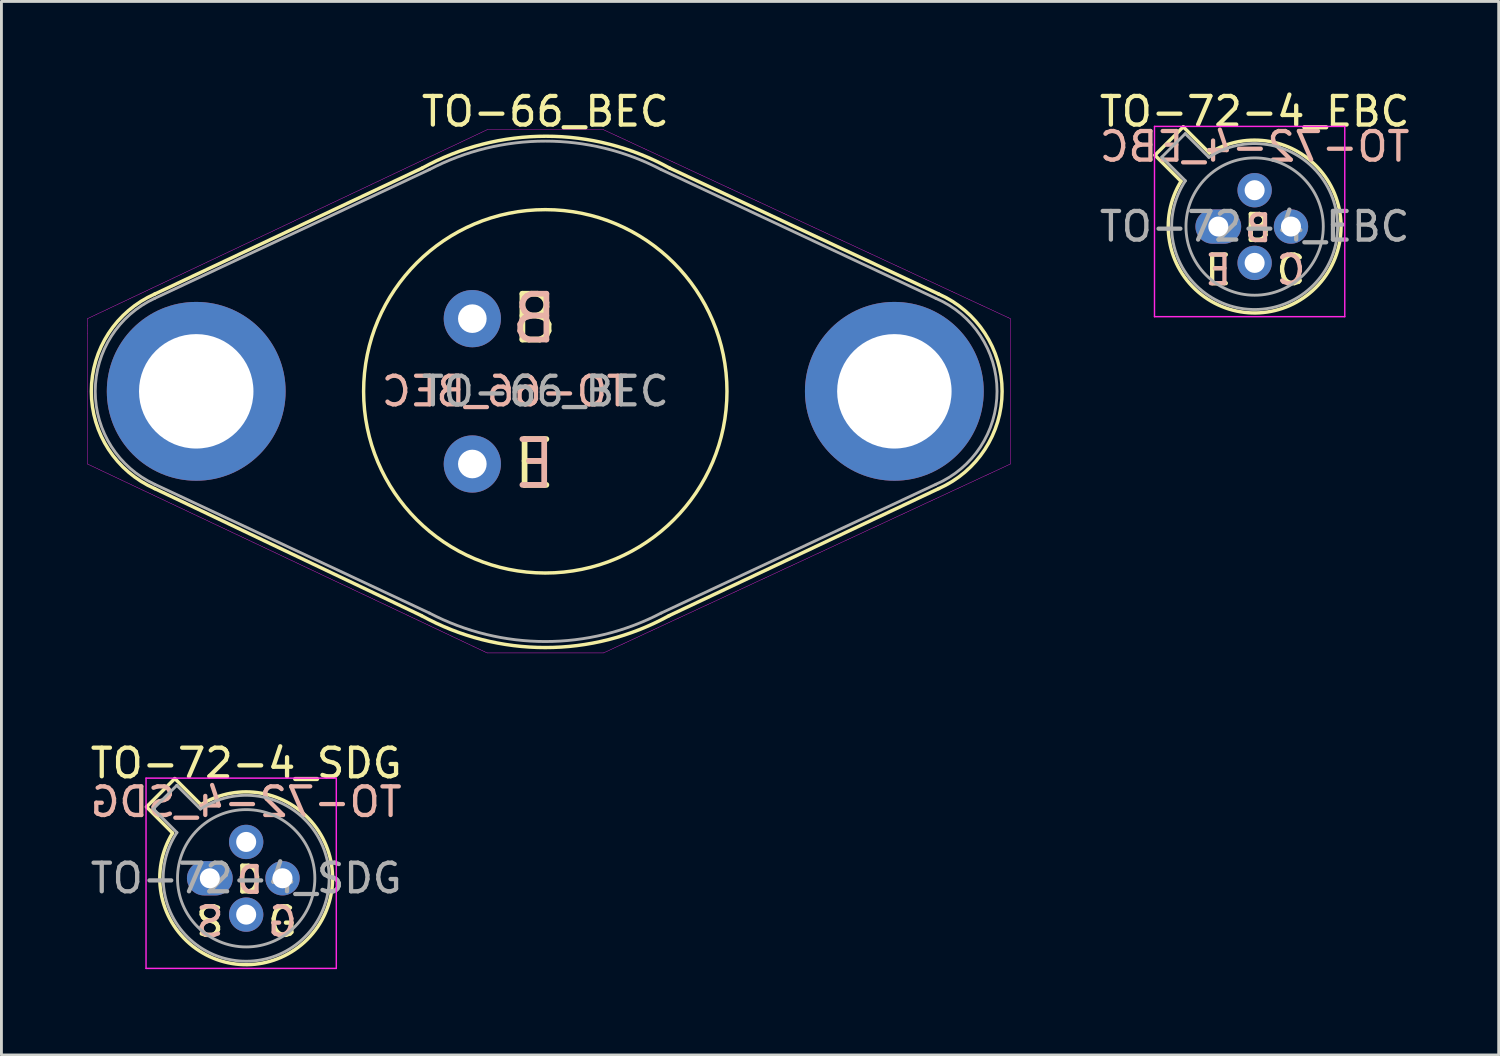
<source format=kicad_pcb>
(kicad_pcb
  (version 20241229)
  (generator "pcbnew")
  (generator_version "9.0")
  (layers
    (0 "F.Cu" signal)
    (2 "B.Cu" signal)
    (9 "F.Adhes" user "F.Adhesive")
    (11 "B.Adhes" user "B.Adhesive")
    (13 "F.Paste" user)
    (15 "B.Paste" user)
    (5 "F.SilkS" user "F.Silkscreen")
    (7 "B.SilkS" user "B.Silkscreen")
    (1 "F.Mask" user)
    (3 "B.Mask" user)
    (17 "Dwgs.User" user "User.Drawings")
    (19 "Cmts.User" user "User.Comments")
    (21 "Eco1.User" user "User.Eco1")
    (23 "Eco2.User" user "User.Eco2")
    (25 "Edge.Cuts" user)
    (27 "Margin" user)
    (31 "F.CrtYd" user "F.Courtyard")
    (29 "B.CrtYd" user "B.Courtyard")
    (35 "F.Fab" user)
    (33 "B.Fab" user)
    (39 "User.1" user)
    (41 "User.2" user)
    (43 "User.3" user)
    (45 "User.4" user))
  (footprint "TO-72-4_SDG"
    (layer "F.Cu")
    (at 4.284 27.646)
    (property "Reference" "TO-72-4_SDG" (at 1.27 -4.02 0) (layer "F.SilkS") (effects (font (size 1 1) (thickness 0.15))))
    (fp_line (start -2.214 -2.494) (end -1.302 -1.582) (stroke (width 0.12) (type solid)) (layer "F.SilkS"))
    (fp_line (start -1.224 -3.484) (end -2.214 -2.494) (stroke (width 0.12) (type solid)) (layer "F.SilkS"))
    (fp_line (start -0.312 -2.572) (end -1.224 -3.484) (stroke (width 0.12) (type solid)) (layer "F.SilkS"))
    (fp_arc (start -0.312331 -2.572281) (mid 3.405374 2.135551) (end -1.30215 -1.582544) (stroke (width 0.12) (type solid)) (layer "F.SilkS"))
    (fp_line (start -2.23 -3.5) (end -2.23 3.15) (stroke (width 0.05) (type solid)) (layer "F.CrtYd"))
    (fp_line (start -2.23 3.15) (end 4.42 3.15) (stroke (width 0.05) (type solid)) (layer "F.CrtYd"))
    (fp_line (start 4.42 -3.5) (end -2.23 -3.5) (stroke (width 0.05) (type solid)) (layer "F.CrtYd"))
    (fp_line (start 4.42 3.15) (end 4.42 -3.5) (stroke (width 0.05) (type solid)) (layer "F.CrtYd"))
    (fp_line (start -1.977 -2.426) (end -1.149 -1.599) (stroke (width 0.1) (type solid)) (layer "F.Fab"))
    (fp_line (start -1.156 -3.247) (end -1.977 -2.426) (stroke (width 0.1) (type solid)) (layer "F.Fab"))
    (fp_line (start -0.329 -2.419) (end -1.156 -3.247) (stroke (width 0.1) (type solid)) (layer "F.Fab"))
    (fp_arc (start -0.329057 -2.419301) (mid 3.321075 2.050145) (end -1.150029 -1.597956) (stroke (width 0.1) (type solid)) (layer "F.Fab"))
    (fp_circle (center 1.27 0) (end 3.67 0) (stroke (width 0.1) (type solid)) (fill no) (layer "F.Fab"))
    (fp_text user "G" (at 2.54 1.524 0) (unlocked yes) (layer "F.SilkS") (effects (font (size 1 1) (thickness 0.15))))
    (fp_text user "D" (at 1.372 0.051 0) (unlocked yes) (layer "F.SilkS") (effects (font (size 0.9 0.9) (thickness 0.15))))
    (fp_text user "S" (at 0 1.524 0) (unlocked yes) (layer "F.SilkS") (effects (font (size 1 1) (thickness 0.15))))
    (fp_text user "D" (at 1.397 0.064 0) (unlocked yes) (layer "B.SilkS") (effects (font (size 0.9 0.9) (thickness 0.15)) (justify mirror)))
    (fp_text user "G" (at 2.54 1.524 0) (unlocked yes) (layer "B.SilkS") (effects (font (size 1 1) (thickness 0.15)) (justify mirror)))
    (fp_text user "S" (at 0 1.524 0) (unlocked yes) (layer "B.SilkS") (effects (font (size 1 1) (thickness 0.15)) (justify mirror)))
    (fp_text user "${REFERENCE}" (at 1.27 -2.667 0) (layer "B.SilkS") (effects (font (size 1 1) (thickness 0.15)) (justify mirror)))
    (fp_text user "${REFERENCE}" (at 1.27 0 0) (layer "F.Fab") (effects (font (size 1 1) (thickness 0.15))))
    (pad "1" thru_hole oval (at 0 0) (size 1.6 1.2) (drill 0.7) (layers "*.Cu" "*.Mask"))
    (pad "2" thru_hole oval (at 1.27 1.27) (size 1.2 1.2) (drill 0.7) (layers "*.Cu" "*.Mask"))
    (pad "3" thru_hole oval (at 2.54 0) (size 1.2 1.2) (drill 0.7) (layers "*.Cu" "*.Mask"))
    (pad "4" thru_hole oval (at 1.27 -1.27) (size 1.2 1.2) (drill 0.7) (layers "*.Cu" "*.Mask")))
  (footprint "TO-72-4_EBC"
    (layer "F.Cu")
    (at 39.53 4.868)
    (property "Reference" "TO-72-4_EBC" (at 1.27 -4.02 0) (layer "F.SilkS") (effects (font (size 1 1) (thickness 0.15))))
    (fp_line (start -2.214 -2.494) (end -1.302 -1.582) (stroke (width 0.12) (type solid)) (layer "F.SilkS"))
    (fp_line (start -1.224 -3.484) (end -2.214 -2.494) (stroke (width 0.12) (type solid)) (layer "F.SilkS"))
    (fp_line (start -0.312 -2.572) (end -1.224 -3.484) (stroke (width 0.12) (type solid)) (layer "F.SilkS"))
    (fp_arc (start -0.312331 -2.572281) (mid 3.405374 2.135551) (end -1.30215 -1.582544) (stroke (width 0.12) (type solid)) (layer "F.SilkS"))
    (fp_line (start -2.23 -3.5) (end -2.23 3.15) (stroke (width 0.05) (type solid)) (layer "F.CrtYd"))
    (fp_line (start -2.23 3.15) (end 4.42 3.15) (stroke (width 0.05) (type solid)) (layer "F.CrtYd"))
    (fp_line (start 4.42 -3.5) (end -2.23 -3.5) (stroke (width 0.05) (type solid)) (layer "F.CrtYd"))
    (fp_line (start 4.42 3.15) (end 4.42 -3.5) (stroke (width 0.05) (type solid)) (layer "F.CrtYd"))
    (fp_line (start -1.977 -2.426) (end -1.149 -1.599) (stroke (width 0.1) (type solid)) (layer "F.Fab"))
    (fp_line (start -1.156 -3.247) (end -1.977 -2.426) (stroke (width 0.1) (type solid)) (layer "F.Fab"))
    (fp_line (start -0.329 -2.419) (end -1.156 -3.247) (stroke (width 0.1) (type solid)) (layer "F.Fab"))
    (fp_arc (start -0.329057 -2.419301) (mid 3.321075 2.050145) (end -1.150029 -1.597956) (stroke (width 0.1) (type solid)) (layer "F.Fab"))
    (fp_circle (center 1.27 0) (end 3.67 0) (stroke (width 0.1) (type solid)) (fill no) (layer "F.Fab"))
    (fp_text user "C" (at 2.54 1.524 0) (unlocked yes) (layer "F.SilkS") (effects (font (size 1 1) (thickness 0.15))))
    (fp_text user "B" (at 1.372 0.051 0) (unlocked yes) (layer "F.SilkS") (effects (font (size 0.9 0.9) (thickness 0.15))))
    (fp_text user "E" (at 0 1.524 0) (unlocked yes) (layer "F.SilkS") (effects (font (size 1 1) (thickness 0.15))))
    (fp_text user "E" (at 0 1.524 0) (unlocked yes) (layer "B.SilkS") (effects (font (size 1 1) (thickness 0.15)) (justify mirror)))
    (fp_text user "${REFERENCE}" (at 1.27 -2.794 0) (layer "B.SilkS") (effects (font (size 1 1) (thickness 0.15)) (justify mirror)))
    (fp_text user "C" (at 2.54 1.524 0) (unlocked yes) (layer "B.SilkS") (effects (font (size 1 1) (thickness 0.15)) (justify mirror)))
    (fp_text user "B" (at 1.397 0.064 0) (unlocked yes) (layer "B.SilkS") (effects (font (size 0.9 0.9) (thickness 0.15)) (justify mirror)))
    (fp_text user "${REFERENCE}" (at 1.27 0 0) (layer "F.Fab") (effects (font (size 1 1) (thickness 0.15))))
    (pad "1" thru_hole oval (at 0 0) (size 1.6 1.2) (drill 0.7) (layers "*.Cu" "*.Mask"))
    (pad "2" thru_hole oval (at 1.27 1.27) (size 1.2 1.2) (drill 0.7) (layers "*.Cu" "*.Mask"))
    (pad "3" thru_hole oval (at 2.54 0) (size 1.2 1.2) (drill 0.7) (layers "*.Cu" "*.Mask"))
    (pad "4" thru_hole oval (at 1.27 -1.27) (size 1.2 1.2) (drill 0.7) (layers "*.Cu" "*.Mask")))
  (footprint "TO-66_BEC"
    (layer "F.Cu")
    (at 16.008 10.627)
    (property "Reference" "TO-66_BEC" (at 0 -9.779 0) (unlocked yes) (layer "F.SilkS") (effects (font (size 1 1) (thickness 0.15))))
    (fp_line (start -13.65 3.4) (end -4.328 7.84) (stroke (width 0.12) (type solid)) (layer "F.SilkS"))
    (fp_line (start -4.301 -7.803) (end -13.65 -3.4) (stroke (width 0.12) (type solid)) (layer "F.SilkS"))
    (fp_line (start 4.323 7.842) (end 13.75 3.4) (stroke (width 0.12) (type solid)) (layer "F.SilkS"))
    (fp_line (start 13.75 -3.4) (end 4.35 -7.8) (stroke (width 0.12) (type solid)) (layer "F.SilkS"))
    (fp_arc (start -13.65 3.4) (mid -15.866172 0) (end -13.65 -3.4) (stroke (width 0.12) (type solid)) (layer "F.SilkS"))
    (fp_arc (start -4.301422 -7.802581) (mid 0.024621 -8.915334) (end 4.35 -7.8) (stroke (width 0.12) (type solid)) (layer "F.SilkS"))
    (fp_arc (start 4.323372 7.842406) (mid -0.002671 8.955159) (end -4.32805 7.839825) (stroke (width 0.12) (type solid)) (layer "F.SilkS"))
    (fp_arc (start 13.750015 -3.4) (mid 15.966187 0) (end 13.750015 3.4) (stroke (width 0.12) (type solid)) (layer "F.SilkS"))
    (fp_circle (center 0 0) (end 6.35 0) (stroke (width 0.12) (type solid)) (fill no) (layer "F.SilkS"))
    (fp_line (start -16.002 -2.54) (end -2.032 -9.144) (stroke (width 0.013) (type solid)) (layer "F.CrtYd"))
    (fp_line (start -16.002 -2.286) (end -16.002 -2.54) (stroke (width 0.013) (type solid)) (layer "F.CrtYd"))
    (fp_line (start -16.002 -2.032) (end -16.002 -2.286) (stroke (width 0.013) (type solid)) (layer "F.CrtYd"))
    (fp_line (start -16.002 0) (end -16.002 -2.032) (stroke (width 0.013) (type solid)) (layer "F.CrtYd"))
    (fp_line (start -16.002 2.54) (end -16.002 0) (stroke (width 0.013) (type solid)) (layer "F.CrtYd"))
    (fp_line (start -2.032 -9.144) (end 2.032 -9.144) (stroke (width 0.013) (type solid)) (layer "F.CrtYd"))
    (fp_line (start -2.032 9.144) (end -16.002 2.54) (stroke (width 0.013) (type solid)) (layer "F.CrtYd"))
    (fp_line (start 2.032 -9.144) (end 16.256 -2.54) (stroke (width 0.013) (type solid)) (layer "F.CrtYd"))
    (fp_line (start 2.032 9.144) (end -2.032 9.144) (stroke (width 0.013) (type solid)) (layer "F.CrtYd"))
    (fp_line (start 16.256 -2.54) (end 16.256 2.54) (stroke (width 0.013) (type solid)) (layer "F.CrtYd"))
    (fp_line (start 16.256 2.54) (end 2.032 9.144) (stroke (width 0.013) (type solid)) (layer "F.CrtYd"))
    (fp_line (start -13.65 -3.25) (end -4.05 -7.75) (stroke (width 0.1) (type solid)) (layer "F.Fab"))
    (fp_line (start -13.65 3.25) (end -4.05 7.75) (stroke (width 0.1) (type solid)) (layer "F.Fab"))
    (fp_line (start 13.65 -3.25) (end 4.05 -7.75) (stroke (width 0.1) (type solid)) (layer "F.Fab"))
    (fp_line (start 13.65 3.25) (end 4.05 7.75) (stroke (width 0.1) (type solid)) (layer "F.Fab"))
    (fp_arc (start -13.65 3.25) (mid -15.729455 0) (end -13.65 -3.25) (stroke (width 0.1) (type solid)) (layer "F.Fab"))
    (fp_arc (start -4.05 -7.749999) (mid 0 -8.744426) (end 4.049999 -7.749999) (stroke (width 0.1) (type solid)) (layer "F.Fab"))
    (fp_arc (start 4.05 7.749999) (mid 0 8.744426) (end -4.049999 7.749999) (stroke (width 0.1) (type solid)) (layer "F.Fab"))
    (fp_arc (start 13.65 -3.25) (mid 15.788714 0) (end 13.65 3.25) (stroke (width 0.1) (type solid)) (layer "F.Fab"))
    (fp_text user "B" (at -0.381 -2.54 0) (unlocked yes) (layer "F.SilkS") (effects (font (size 1.6 1.6) (thickness 0.2))))
    (fp_text user "E" (at -0.381 2.54 0) (unlocked yes) (layer "F.SilkS") (effects (font (size 1.6 1.6) (thickness 0.2))))
    (fp_text user "E" (at -0.381 2.54 0) (unlocked yes) (layer "B.SilkS") (effects (font (size 1.6 1.6) (thickness 0.2)) (justify mirror)))
    (fp_text user "${REFERENCE}" (at -1.397 0 0) (layer "B.SilkS") (effects (font (size 1 1) (thickness 0.15)) (justify mirror)))
    (fp_text user "B" (at -0.381 -2.54 0) (unlocked yes) (layer "B.SilkS") (effects (font (size 1.6 1.6) (thickness 0.2)) (justify mirror)))
    (fp_text user "${REFERENCE}" (at 0 0 0) (layer "F.Fab") (effects (font (size 1 1) (thickness 0.15))))
    (pad "1" thru_hole circle (at -2.55 -2.54) (size 2 2) (drill 1) (layers "*.Cu" "*.Mask"))
    (pad "2" thru_hole circle (at -2.55 2.54) (size 2 2) (drill 1) (layers "*.Cu" "*.Mask"))
    (pad "3" thru_hole circle (at -12.2 0) (size 6.25 6.25) (drill 4) (layers "*.Cu" "*.Mask"))
    (pad "3" thru_hole circle (at 12.2 0) (size 6.25 6.25) (drill 4) (layers "*.Cu" "*.Mask")))
  (gr_rect
    (start -3 -3)
    (end 49.33 33.821)
    (stroke (width 0.1) (type default))
    (fill no)
    (layer "Edge.Cuts")))
</source>
